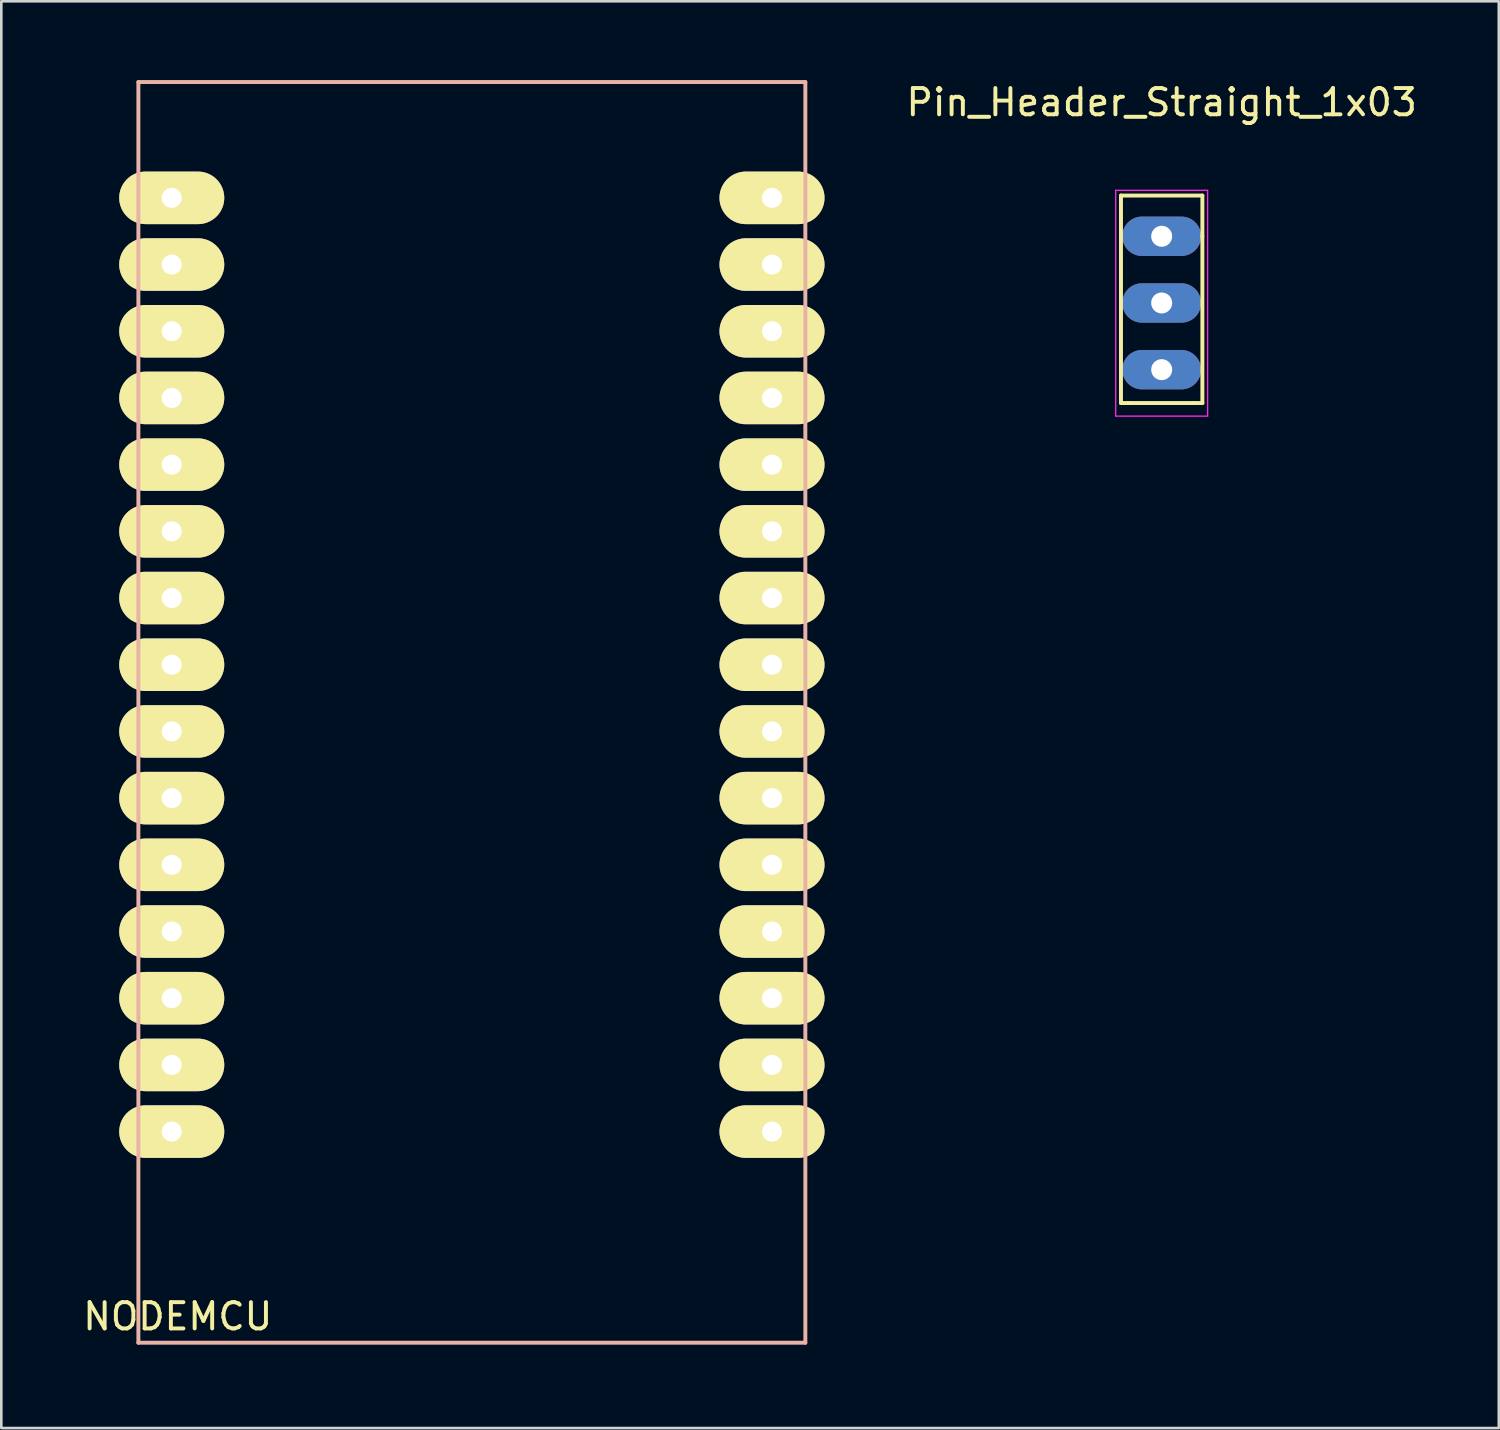
<source format=kicad_pcb>
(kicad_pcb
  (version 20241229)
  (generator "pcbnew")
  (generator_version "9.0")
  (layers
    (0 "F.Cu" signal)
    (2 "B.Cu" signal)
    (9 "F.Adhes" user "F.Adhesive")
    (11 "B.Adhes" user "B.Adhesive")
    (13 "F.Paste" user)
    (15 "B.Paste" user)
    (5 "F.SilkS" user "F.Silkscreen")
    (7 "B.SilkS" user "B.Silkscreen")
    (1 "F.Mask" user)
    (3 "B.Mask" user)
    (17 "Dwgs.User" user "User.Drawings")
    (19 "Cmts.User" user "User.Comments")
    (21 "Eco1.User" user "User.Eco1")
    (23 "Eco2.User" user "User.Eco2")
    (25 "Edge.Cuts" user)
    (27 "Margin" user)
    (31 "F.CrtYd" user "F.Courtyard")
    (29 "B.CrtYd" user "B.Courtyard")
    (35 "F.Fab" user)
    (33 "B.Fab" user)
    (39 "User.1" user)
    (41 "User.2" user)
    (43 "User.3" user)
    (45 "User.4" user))
  (footprint "NODEMCU"
    (layer "F.Cu")
    (at 2.22 48.085)
    (property "Reference" "NODEMCU" (at 1.5 -1 0) (layer "F.SilkS") (effects (font (size 1 1) (thickness 0.15))))
    (attr through_hole)
    (fp_line (start 0 -48.01) (end 25.4 -48.01) (stroke (width 0.15) (type solid)) (layer "B.SilkS"))
    (fp_line (start 0 0) (end 0 -48.01) (stroke (width 0.15) (type solid)) (layer "B.SilkS"))
    (fp_line (start 0 0) (end 25.4 0) (stroke (width 0.15) (type solid)) (layer "B.SilkS"))
    (fp_line (start 25.4 0) (end 25.4 -48.01) (stroke (width 0.15) (type solid)) (layer "B.SilkS"))
    (pad "3V3" thru_hole oval (at 1.27 -18.2) (size 4 2) (drill 0.762) (layers "*.Cu" "*.Mask" "F.SilkS"))
    (pad "3V3" thru_hole oval (at 24.13 -30.9) (size 4 2) (drill 0.762) (layers "*.Cu" "*.Mask" "F.SilkS"))
    (pad "3V3" thru_hole oval (at 24.13 -8.04) (size 4 2) (drill 0.762) (layers "*.Cu" "*.Mask" "F.SilkS"))
    (pad "A0" thru_hole oval (at 1.27 -43.6) (size 4 2) (drill 0.762) (layers "*.Cu" "*.Mask" "F.SilkS"))
    (pad "CLK" thru_hole oval (at 1.27 -23.28) (size 4 2) (drill 0.762) (layers "*.Cu" "*.Mask" "F.SilkS"))
    (pad "CMD" thru_hole oval (at 1.27 -28.36) (size 4 2) (drill 0.762) (layers "*.Cu" "*.Mask" "F.SilkS"))
    (pad "D0" thru_hole oval (at 24.13 -43.6) (size 4 2) (drill 0.762) (layers "*.Cu" "*.Mask" "F.SilkS"))
    (pad "D1" thru_hole oval (at 24.13 -41.06) (size 4 2) (drill 0.762) (layers "*.Cu" "*.Mask" "F.SilkS"))
    (pad "D2" thru_hole oval (at 24.13 -38.52) (size 4 2) (drill 0.762) (layers "*.Cu" "*.Mask" "F.SilkS"))
    (pad "D3" thru_hole oval (at 24.13 -35.98) (size 4 2) (drill 0.762) (layers "*.Cu" "*.Mask" "F.SilkS"))
    (pad "D4" thru_hole oval (at 24.13 -33.44) (size 4 2) (drill 0.762) (layers "*.Cu" "*.Mask" "F.SilkS"))
    (pad "D5" thru_hole oval (at 24.13 -25.82) (size 4 2) (drill 0.762) (layers "*.Cu" "*.Mask" "F.SilkS"))
    (pad "D6" thru_hole oval (at 24.13 -23.28) (size 4 2) (drill 0.762) (layers "*.Cu" "*.Mask" "F.SilkS"))
    (pad "D7" thru_hole oval (at 24.13 -20.74) (size 4 2) (drill 0.762) (layers "*.Cu" "*.Mask" "F.SilkS"))
    (pad "D8" thru_hole oval (at 24.13 -18.2) (size 4 2) (drill 0.762) (layers "*.Cu" "*.Mask" "F.SilkS"))
    (pad "EN" thru_hole oval (at 1.27 -15.66) (size 4 2) (drill 0.762) (layers "*.Cu" "*.Mask" "F.SilkS"))
    (pad "GND" thru_hole oval (at 1.27 -20.74) (size 4 2) (drill 0.762) (layers "*.Cu" "*.Mask" "F.SilkS"))
    (pad "GND" thru_hole oval (at 1.27 -10.58) (size 4 2) (drill 0.762) (layers "*.Cu" "*.Mask" "F.SilkS"))
    (pad "GND" thru_hole oval (at 24.13 -28.36) (size 4 2) (drill 0.762) (layers "*.Cu" "*.Mask" "F.SilkS"))
    (pad "GND" thru_hole oval (at 24.13 -10.58) (size 4 2) (drill 0.762) (layers "*.Cu" "*.Mask" "F.SilkS"))
    (pad "R1" thru_hole oval (at 1.27 -41.06) (size 4 2) (drill 0.762) (layers "*.Cu" "*.Mask" "F.SilkS"))
    (pad "R2" thru_hole oval (at 1.27 -38.52) (size 4 2) (drill 0.762) (layers "*.Cu" "*.Mask" "F.SilkS"))
    (pad "RST" thru_hole oval (at 1.27 -13.12) (size 4 2) (drill 0.762) (layers "*.Cu" "*.Mask" "F.SilkS"))
    (pad "RX" thru_hole oval (at 24.13 -15.66) (size 4 2) (drill 0.762) (layers "*.Cu" "*.Mask" "F.SilkS"))
    (pad "SD0" thru_hole oval (at 1.27 -25.82) (size 4 2) (drill 0.762) (layers "*.Cu" "*.Mask" "F.SilkS"))
    (pad "SD1" thru_hole oval (at 1.27 -30.9) (size 4 2) (drill 0.762) (layers "*.Cu" "*.Mask" "F.SilkS"))
    (pad "SD2" thru_hole oval (at 1.27 -33.44) (size 4 2) (drill 0.762) (layers "*.Cu" "*.Mask" "F.SilkS"))
    (pad "SD3" thru_hole oval (at 1.27 -35.98) (size 4 2) (drill 0.762) (layers "*.Cu" "*.Mask" "F.SilkS"))
    (pad "TX" thru_hole oval (at 24.13 -13.12) (size 4 2) (drill 0.762) (layers "*.Cu" "*.Mask" "F.SilkS"))
    (pad "VIN" thru_hole oval (at 1.27 -8.04) (size 4 2) (drill 0.762) (layers "*.Cu" "*.Mask" "F.SilkS")))
  (footprint "Pin_Header_Straight_1x03"
    (layer "F.Cu")
    (at 41.19 5.948)
    (property "Reference" "Pin_Header_Straight_1x03" (at 0 -5.1 0) (layer "F.SilkS") (effects (font (size 1 1) (thickness 0.15))))
    (attr through_hole)
    (fp_line (start -1.55 -1.55) (end 1.55 -1.55) (stroke (width 0.15) (type solid)) (layer "F.SilkS"))
    (fp_line (start -1.55 0) (end -1.55 -1.55) (stroke (width 0.15) (type solid)) (layer "F.SilkS"))
    (fp_line (start -1.55 0) (end -1.55 6.35) (stroke (width 0.15) (type solid)) (layer "F.SilkS"))
    (fp_line (start -1.55 6.35) (end -1.25 6.35) (stroke (width 0.15) (type solid)) (layer "F.SilkS"))
    (fp_line (start -1.27 6.35) (end 1.27 6.35) (stroke (width 0.15) (type solid)) (layer "F.SilkS"))
    (fp_line (start 1.55 -1.55) (end 1.55 0) (stroke (width 0.15) (type solid)) (layer "F.SilkS"))
    (fp_line (start 1.55 0) (end 1.55 6.35) (stroke (width 0.15) (type solid)) (layer "F.SilkS"))
    (fp_line (start 1.55 6.35) (end 1.25 6.35) (stroke (width 0.15) (type solid)) (layer "F.SilkS"))
    (fp_line (start -1.75 -1.75) (end -1.75 6.85) (stroke (width 0.05) (type solid)) (layer "F.CrtYd"))
    (fp_line (start -1.75 -1.75) (end 1.75 -1.75) (stroke (width 0.05) (type solid)) (layer "F.CrtYd"))
    (fp_line (start -1.75 6.85) (end 1.75 6.85) (stroke (width 0.05) (type solid)) (layer "F.CrtYd"))
    (fp_line (start 1.75 -1.75) (end 1.75 6.85) (stroke (width 0.05) (type solid)) (layer "F.CrtYd"))
    (pad "1" thru_hole oval (at 0 0) (size 3 1.5) (drill 0.8) (layers "*.Cu" "*.Mask"))
    (pad "2" thru_hole oval (at 0 2.54) (size 3 1.5) (drill 0.8) (layers "*.Cu" "*.Mask"))
    (pad "3" thru_hole oval (at 0 5.08) (size 3 1.5) (drill 0.8) (layers "*.Cu" "*.Mask")))
  (gr_rect
    (start -3 -3)
    (end 54.029 51.335)
    (stroke (width 0.1) (type default))
    (fill no)
    (layer "Edge.Cuts")))
</source>
